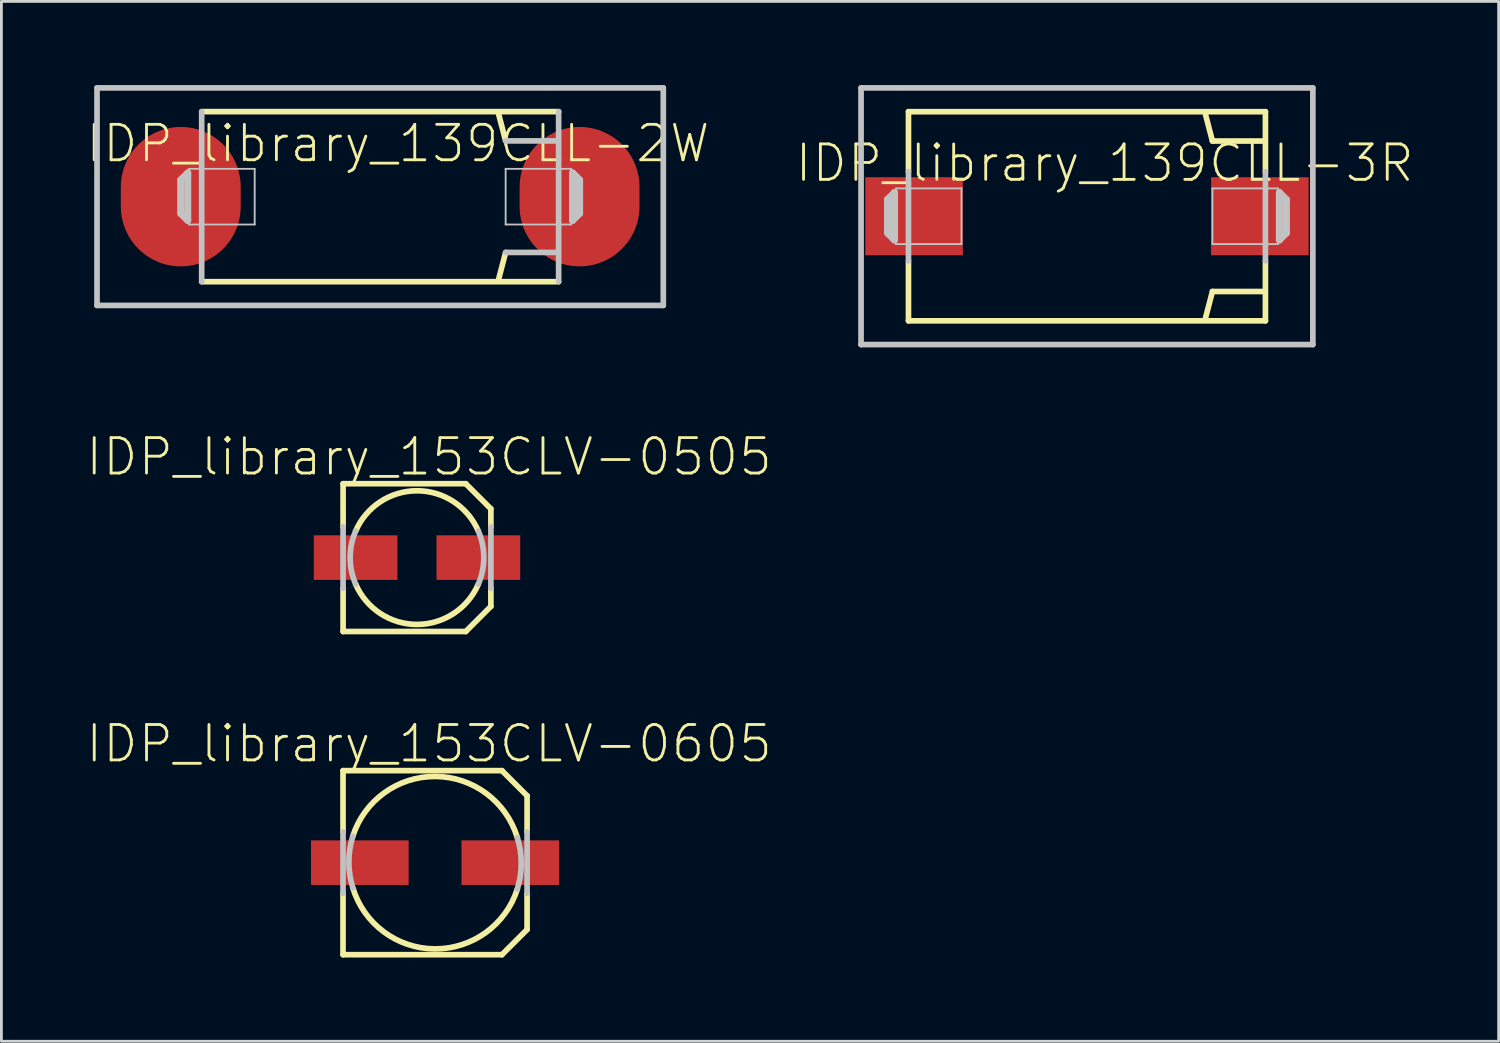
<source format=kicad_pcb>
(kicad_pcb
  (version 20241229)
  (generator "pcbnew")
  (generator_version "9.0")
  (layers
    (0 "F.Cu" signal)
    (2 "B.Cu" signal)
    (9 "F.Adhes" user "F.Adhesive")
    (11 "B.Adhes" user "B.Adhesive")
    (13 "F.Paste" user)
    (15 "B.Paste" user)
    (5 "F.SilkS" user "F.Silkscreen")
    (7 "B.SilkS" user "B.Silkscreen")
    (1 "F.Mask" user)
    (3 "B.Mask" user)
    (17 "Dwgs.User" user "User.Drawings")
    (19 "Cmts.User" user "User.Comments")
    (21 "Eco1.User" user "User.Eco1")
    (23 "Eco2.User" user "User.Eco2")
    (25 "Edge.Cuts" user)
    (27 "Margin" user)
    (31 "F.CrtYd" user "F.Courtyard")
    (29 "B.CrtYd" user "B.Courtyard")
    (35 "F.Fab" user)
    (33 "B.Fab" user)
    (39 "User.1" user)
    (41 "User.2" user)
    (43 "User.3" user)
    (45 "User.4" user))
  (footprint "IDP_library_139CLL-3R"
    (layer "F.Cu")
    (at 35.915 4.702)
    (property "Reference" "IDP_library_139CLL-3R" (at 0.635 -1.905 0) (layer "F.SilkS") (effects (font (size 1.27 1.27) (thickness 0.102))))
    (attr smd)
    (fp_line (start -6.398 -3.749) (end 6.398 -3.749) (stroke (width 0.203) (type solid)) (layer "F.SilkS"))
    (fp_line (start -6.398 -1.598) (end -6.398 -3.749) (stroke (width 0.203) (type solid)) (layer "F.SilkS"))
    (fp_line (start -6.398 3.749) (end -6.398 1.598) (stroke (width 0.203) (type solid)) (layer "F.SilkS"))
    (fp_line (start 4.498 -2.697) (end 4.249 -3.65) (stroke (width 0.203) (type solid)) (layer "F.SilkS"))
    (fp_line (start 4.498 2.697) (end 4.249 3.65) (stroke (width 0.203) (type solid)) (layer "F.SilkS"))
    (fp_line (start 6.35 -2.697) (end 4.498 -2.697) (stroke (width 0.203) (type solid)) (layer "F.SilkS"))
    (fp_line (start 6.35 2.697) (end 4.498 2.697) (stroke (width 0.203) (type solid)) (layer "F.SilkS"))
    (fp_line (start 6.398 -3.749) (end 6.398 -1.598) (stroke (width 0.203) (type solid)) (layer "F.SilkS"))
    (fp_line (start 6.398 1.598) (end 6.398 3.749) (stroke (width 0.203) (type solid)) (layer "F.SilkS"))
    (fp_line (start 6.398 3.749) (end -6.398 3.749) (stroke (width 0.203) (type solid)) (layer "F.SilkS"))
    (fp_line (start -8.098 -4.6) (end -8.098 4.6) (stroke (width 0.203) (type solid)) (layer "Dwgs.User"))
    (fp_line (start -8.098 4.6) (end 8.098 4.6) (stroke (width 0.203) (type solid)) (layer "Dwgs.User"))
    (fp_line (start -7.148 -0.599) (end -6.899 -0.848) (stroke (width 0.254) (type solid)) (layer "Dwgs.User"))
    (fp_line (start -7.148 0.599) (end -7.148 -0.599) (stroke (width 0.254) (type solid)) (layer "Dwgs.User"))
    (fp_line (start -6.899 -0.848) (end -6.899 0.848) (stroke (width 0.254) (type solid)) (layer "Dwgs.User"))
    (fp_line (start -6.899 0.848) (end -7.148 0.599) (stroke (width 0.254) (type solid)) (layer "Dwgs.User"))
    (fp_line (start -6.848 -0.998) (end -4.498 -0.998) (stroke (width 0.066) (type solid)) (layer "Dwgs.User"))
    (fp_line (start -6.848 0.998) (end -6.848 -0.998) (stroke (width 0.066) (type solid)) (layer "Dwgs.User"))
    (fp_line (start -6.848 0.998) (end -4.498 0.998) (stroke (width 0.066) (type solid)) (layer "Dwgs.User"))
    (fp_line (start -6.398 1.598) (end -6.398 -1.598) (stroke (width 0.203) (type solid)) (layer "Dwgs.User"))
    (fp_line (start -4.498 0.998) (end -4.498 -0.998) (stroke (width 0.066) (type solid)) (layer "Dwgs.User"))
    (fp_line (start 4.498 -0.998) (end 6.848 -0.998) (stroke (width 0.066) (type solid)) (layer "Dwgs.User"))
    (fp_line (start 4.498 0.998) (end 4.498 -0.998) (stroke (width 0.066) (type solid)) (layer "Dwgs.User"))
    (fp_line (start 4.498 0.998) (end 6.848 0.998) (stroke (width 0.066) (type solid)) (layer "Dwgs.User"))
    (fp_line (start 6.398 -1.598) (end 6.398 1.598) (stroke (width 0.203) (type solid)) (layer "Dwgs.User"))
    (fp_line (start 6.848 0.998) (end 6.848 -0.998) (stroke (width 0.066) (type solid)) (layer "Dwgs.User"))
    (fp_line (start 6.899 -0.848) (end 7.148 -0.599) (stroke (width 0.254) (type solid)) (layer "Dwgs.User"))
    (fp_line (start 6.899 0.848) (end 6.899 -0.848) (stroke (width 0.254) (type solid)) (layer "Dwgs.User"))
    (fp_line (start 7.148 -0.599) (end 7.148 0.599) (stroke (width 0.254) (type solid)) (layer "Dwgs.User"))
    (fp_line (start 7.148 0.599) (end 6.899 0.848) (stroke (width 0.254) (type solid)) (layer "Dwgs.User"))
    (fp_line (start 8.098 -4.6) (end -8.098 -4.6) (stroke (width 0.203) (type solid)) (layer "Dwgs.User"))
    (fp_line (start 8.098 4.6) (end 8.098 -4.6) (stroke (width 0.203) (type solid)) (layer "Dwgs.User"))
    (pad "+" smd rect (at 6.198 0) (size 3.498 2.799) (layers "F.Cu" "F.Mask" "F.Paste"))
    (pad "-" smd rect (at -6.198 0) (size 3.498 2.799) (layers "F.Cu" "F.Mask" "F.Paste")))
  (footprint "IDP_library_153CLV-0505"
    (layer "F.Cu")
    (at 11.898 16.939)
    (property "Reference" "IDP_library_153CLV-0505" (at 0.434 -3.614 0) (layer "F.SilkS") (effects (font (size 1.27 1.27) (thickness 0.102))))
    (attr smd)
    (fp_line (start -2.649 -2.649) (end 1.748 -2.649) (stroke (width 0.203) (type solid)) (layer "F.SilkS"))
    (fp_line (start -2.649 -1.1) (end -2.649 -2.649) (stroke (width 0.203) (type solid)) (layer "F.SilkS"))
    (fp_line (start -2.649 2.649) (end -2.649 1.1) (stroke (width 0.203) (type solid)) (layer "F.SilkS"))
    (fp_line (start 1.748 -2.649) (end 2.649 -1.748) (stroke (width 0.203) (type solid)) (layer "F.SilkS"))
    (fp_line (start 1.748 2.649) (end -2.649 2.649) (stroke (width 0.203) (type solid)) (layer "F.SilkS"))
    (fp_line (start 2.649 -1.748) (end 2.649 -1.1) (stroke (width 0.203) (type solid)) (layer "F.SilkS"))
    (fp_line (start 2.649 1.1) (end 2.649 1.748) (stroke (width 0.203) (type solid)) (layer "F.SilkS"))
    (fp_line (start 2.649 1.748) (end 1.748 2.649) (stroke (width 0.203) (type solid)) (layer "F.SilkS"))
    (fp_arc (start -2.19964 -0.94996) (mid -0.001752 -2.396004) (end 2.198248 -0.953176) (stroke (width 0.2032) (type solid)) (layer "F.SilkS"))
    (fp_arc (start 2.19964 0.94996) (mid 0.001752 2.396004) (end -2.198248 0.953176) (stroke (width 0.2032) (type solid)) (layer "F.SilkS"))
    (fp_line (start -2.649 1.1) (end -2.649 -1.1) (stroke (width 0.203) (type solid)) (layer "Dwgs.User"))
    (fp_line (start 2.649 -1.1) (end 2.649 1.1) (stroke (width 0.203) (type solid)) (layer "Dwgs.User"))
    (fp_arc (start -2.19964 0.94996) (mid -2.396005 0.000339) (end -2.199908 -0.949338) (stroke (width 0.2032) (type solid)) (layer "Dwgs.User"))
    (fp_arc (start 2.19964 -0.94996) (mid 2.396005 -0.000339) (end 2.199908 0.949338) (stroke (width 0.2032) (type solid)) (layer "Dwgs.User"))
    (pad "+" smd rect (at 2.2 0) (size 3 1.598) (layers "F.Cu" "F.Mask" "F.Paste"))
    (pad "-" smd rect (at -2.2 0) (size 3 1.598) (layers "F.Cu" "F.Mask" "F.Paste")))
  (footprint "IDP_library_139CLL-2W"
    (layer "F.Cu")
    (at 10.578 4)
    (property "Reference" "IDP_library_139CLL-2W" (at 0.635 -1.905 0) (layer "F.SilkS") (effects (font (size 1.27 1.27) (thickness 0.102))))
    (attr smd)
    (fp_line (start -6.398 -3.048) (end 6.398 -3.048) (stroke (width 0.203) (type solid)) (layer "F.SilkS"))
    (fp_line (start 4.498 -1.999) (end 4.249 -2.949) (stroke (width 0.203) (type solid)) (layer "F.SilkS"))
    (fp_line (start 4.498 1.999) (end 4.249 2.949) (stroke (width 0.203) (type solid)) (layer "F.SilkS"))
    (fp_line (start 6.398 3.048) (end -6.398 3.048) (stroke (width 0.203) (type solid)) (layer "F.SilkS"))
    (fp_line (start -10.15 -3.899) (end -10.15 3.899) (stroke (width 0.203) (type solid)) (layer "Dwgs.User"))
    (fp_line (start -10.15 3.899) (end 10.15 3.899) (stroke (width 0.203) (type solid)) (layer "Dwgs.User"))
    (fp_line (start -7.148 -0.599) (end -6.899 -0.848) (stroke (width 0.254) (type solid)) (layer "Dwgs.User"))
    (fp_line (start -7.148 0.599) (end -7.148 -0.599) (stroke (width 0.254) (type solid)) (layer "Dwgs.User"))
    (fp_line (start -6.899 -0.848) (end -6.899 0.848) (stroke (width 0.254) (type solid)) (layer "Dwgs.User"))
    (fp_line (start -6.899 0.848) (end -7.148 0.599) (stroke (width 0.254) (type solid)) (layer "Dwgs.User"))
    (fp_line (start -6.848 -0.998) (end -4.498 -0.998) (stroke (width 0.066) (type solid)) (layer "Dwgs.User"))
    (fp_line (start -6.848 0.998) (end -6.848 -0.998) (stroke (width 0.066) (type solid)) (layer "Dwgs.User"))
    (fp_line (start -6.848 0.998) (end -4.498 0.998) (stroke (width 0.066) (type solid)) (layer "Dwgs.User"))
    (fp_line (start -6.398 3.048) (end -6.398 -3.048) (stroke (width 0.203) (type solid)) (layer "Dwgs.User"))
    (fp_line (start -4.498 0.998) (end -4.498 -0.998) (stroke (width 0.066) (type solid)) (layer "Dwgs.User"))
    (fp_line (start 4.498 -0.998) (end 6.848 -0.998) (stroke (width 0.066) (type solid)) (layer "Dwgs.User"))
    (fp_line (start 4.498 0.998) (end 4.498 -0.998) (stroke (width 0.066) (type solid)) (layer "Dwgs.User"))
    (fp_line (start 4.498 0.998) (end 6.848 0.998) (stroke (width 0.066) (type solid)) (layer "Dwgs.User"))
    (fp_line (start 6.35 -1.999) (end 4.498 -1.999) (stroke (width 0.203) (type solid)) (layer "Dwgs.User"))
    (fp_line (start 6.35 1.999) (end 4.498 1.999) (stroke (width 0.203) (type solid)) (layer "Dwgs.User"))
    (fp_line (start 6.398 -3.048) (end 6.398 3.048) (stroke (width 0.203) (type solid)) (layer "Dwgs.User"))
    (fp_line (start 6.848 0.998) (end 6.848 -0.998) (stroke (width 0.066) (type solid)) (layer "Dwgs.User"))
    (fp_line (start 6.899 -0.848) (end 7.148 -0.599) (stroke (width 0.254) (type solid)) (layer "Dwgs.User"))
    (fp_line (start 6.899 0.848) (end 6.899 -0.848) (stroke (width 0.254) (type solid)) (layer "Dwgs.User"))
    (fp_line (start 7.148 -0.599) (end 7.148 0.599) (stroke (width 0.254) (type solid)) (layer "Dwgs.User"))
    (fp_line (start 7.148 0.599) (end 6.899 0.848) (stroke (width 0.254) (type solid)) (layer "Dwgs.User"))
    (fp_line (start 10.15 -3.899) (end -10.15 -3.899) (stroke (width 0.203) (type solid)) (layer "Dwgs.User"))
    (fp_line (start 10.15 3.899) (end 10.15 -3.899) (stroke (width 0.203) (type solid)) (layer "Dwgs.User"))
    (pad "+" smd oval (at 7.148 0) (size 4.298 4.999) (layers "F.Cu" "F.Mask" "F.Paste"))
    (pad "-" smd oval (at -7.148 0) (size 4.298 4.999) (layers "F.Cu" "F.Mask" "F.Paste")))
  (footprint "IDP_library_153CLV-0605"
    (layer "F.Cu")
    (at 12.546 27.875)
    (property "Reference" "IDP_library_153CLV-0605" (at -0.213 -4.265 0) (layer "F.SilkS") (effects (font (size 1.27 1.27) (thickness 0.102))))
    (attr smd)
    (fp_line (start -3.299 -3.299) (end 2.398 -3.299) (stroke (width 0.203) (type solid)) (layer "F.SilkS"))
    (fp_line (start -3.299 -1.1) (end -3.299 -3.299) (stroke (width 0.203) (type solid)) (layer "F.SilkS"))
    (fp_line (start -3.299 3.299) (end -3.299 1.1) (stroke (width 0.203) (type solid)) (layer "F.SilkS"))
    (fp_line (start 2.398 -3.299) (end 3.299 -2.398) (stroke (width 0.203) (type solid)) (layer "F.SilkS"))
    (fp_line (start 2.398 3.299) (end -3.299 3.299) (stroke (width 0.203) (type solid)) (layer "F.SilkS"))
    (fp_line (start 3.299 -2.398) (end 3.299 -1.1) (stroke (width 0.203) (type solid)) (layer "F.SilkS"))
    (fp_line (start 3.299 1.1) (end 3.299 2.398) (stroke (width 0.203) (type solid)) (layer "F.SilkS"))
    (fp_line (start 3.299 2.398) (end 2.398 3.299) (stroke (width 0.203) (type solid)) (layer "F.SilkS"))
    (fp_arc (start -2.94894 -0.94996) (mid 0.016598 -3.090825) (end 2.948225 -0.903753) (stroke (width 0.2032) (type solid)) (layer "F.SilkS"))
    (fp_arc (start 2.94894 0.94996) (mid -0.016598 3.090825) (end -2.948225 0.903753) (stroke (width 0.2032) (type solid)) (layer "F.SilkS"))
    (fp_line (start -3.299 1.1) (end -3.299 -1.1) (stroke (width 0.203) (type solid)) (layer "Dwgs.User"))
    (fp_line (start 3.299 -1.1) (end 3.299 1.1) (stroke (width 0.203) (type solid)) (layer "Dwgs.User"))
    (fp_arc (start -2.94894 0.89916) (mid -3.089719 -0.024885) (end -2.947729 -0.948744) (stroke (width 0.2032) (type solid)) (layer "Dwgs.User"))
    (fp_arc (start 2.94894 -0.89916) (mid 3.089719 0.024885) (end 2.947729 0.948744) (stroke (width 0.2032) (type solid)) (layer "Dwgs.User"))
    (pad "+" smd rect (at 2.697 0) (size 3.498 1.598) (layers "F.Cu" "F.Mask" "F.Paste"))
    (pad "-" smd rect (at -2.697 0) (size 3.498 1.598) (layers "F.Cu" "F.Mask" "F.Paste")))
  (gr_rect
    (start -3 -3)
    (end 50.673 34.277)
    (stroke (width 0.1) (type default))
    (fill no)
    (layer "Edge.Cuts")))
</source>
